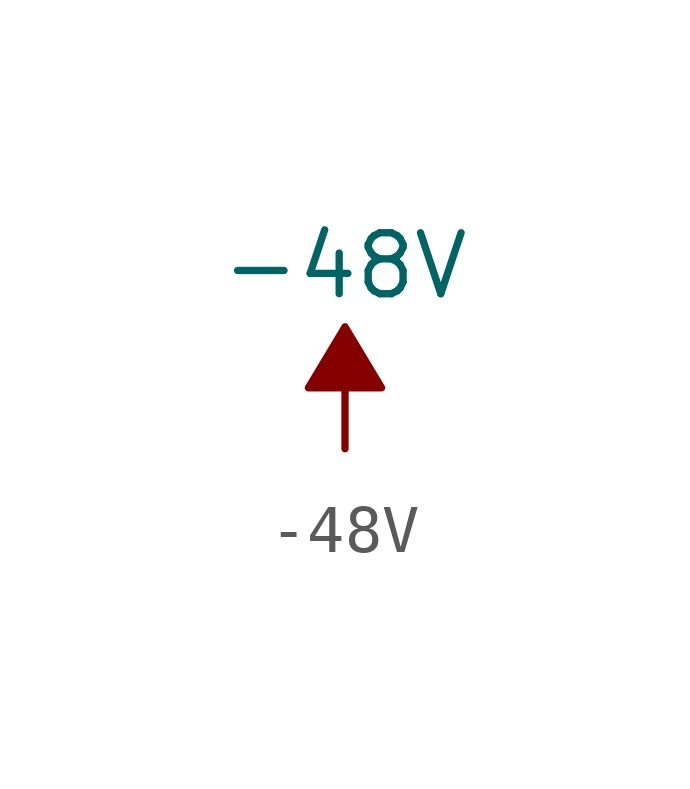
<source format=kicad_sym>
(kicad_symbol_lib
  (version 20220914)
  (generator kicad_symbol_editor)
  (symbol "-48V"
    (power)
    (pin_names
      (offset 0))
    (property "Reference" "#PWR"
      (at 0 2.54 0)
      (effects (font (size 1.27 1.27)) hide))
    (property "Value" "-48V"
      (at 0 3.81 0)
      (effects (font (size 1.27 1.27))))
    (symbol "-48V_0_0"
      (pin power_in line (at 0 0 90) (length 0) hide (name "-48V" (effects (font (size 1.27 1.27)))) (number "1" (effects (font (size 1.27 1.27))))))
    (symbol "-48V_0_1"
      (polyline (pts (xy 0 0) (xy 0 1.27) (xy 0.762 1.27) (xy 0 2.54) (xy -0.762 1.27) (xy 0 1.27)) (stroke (width 0) (type default)) (fill (type outline))))))
</source>
